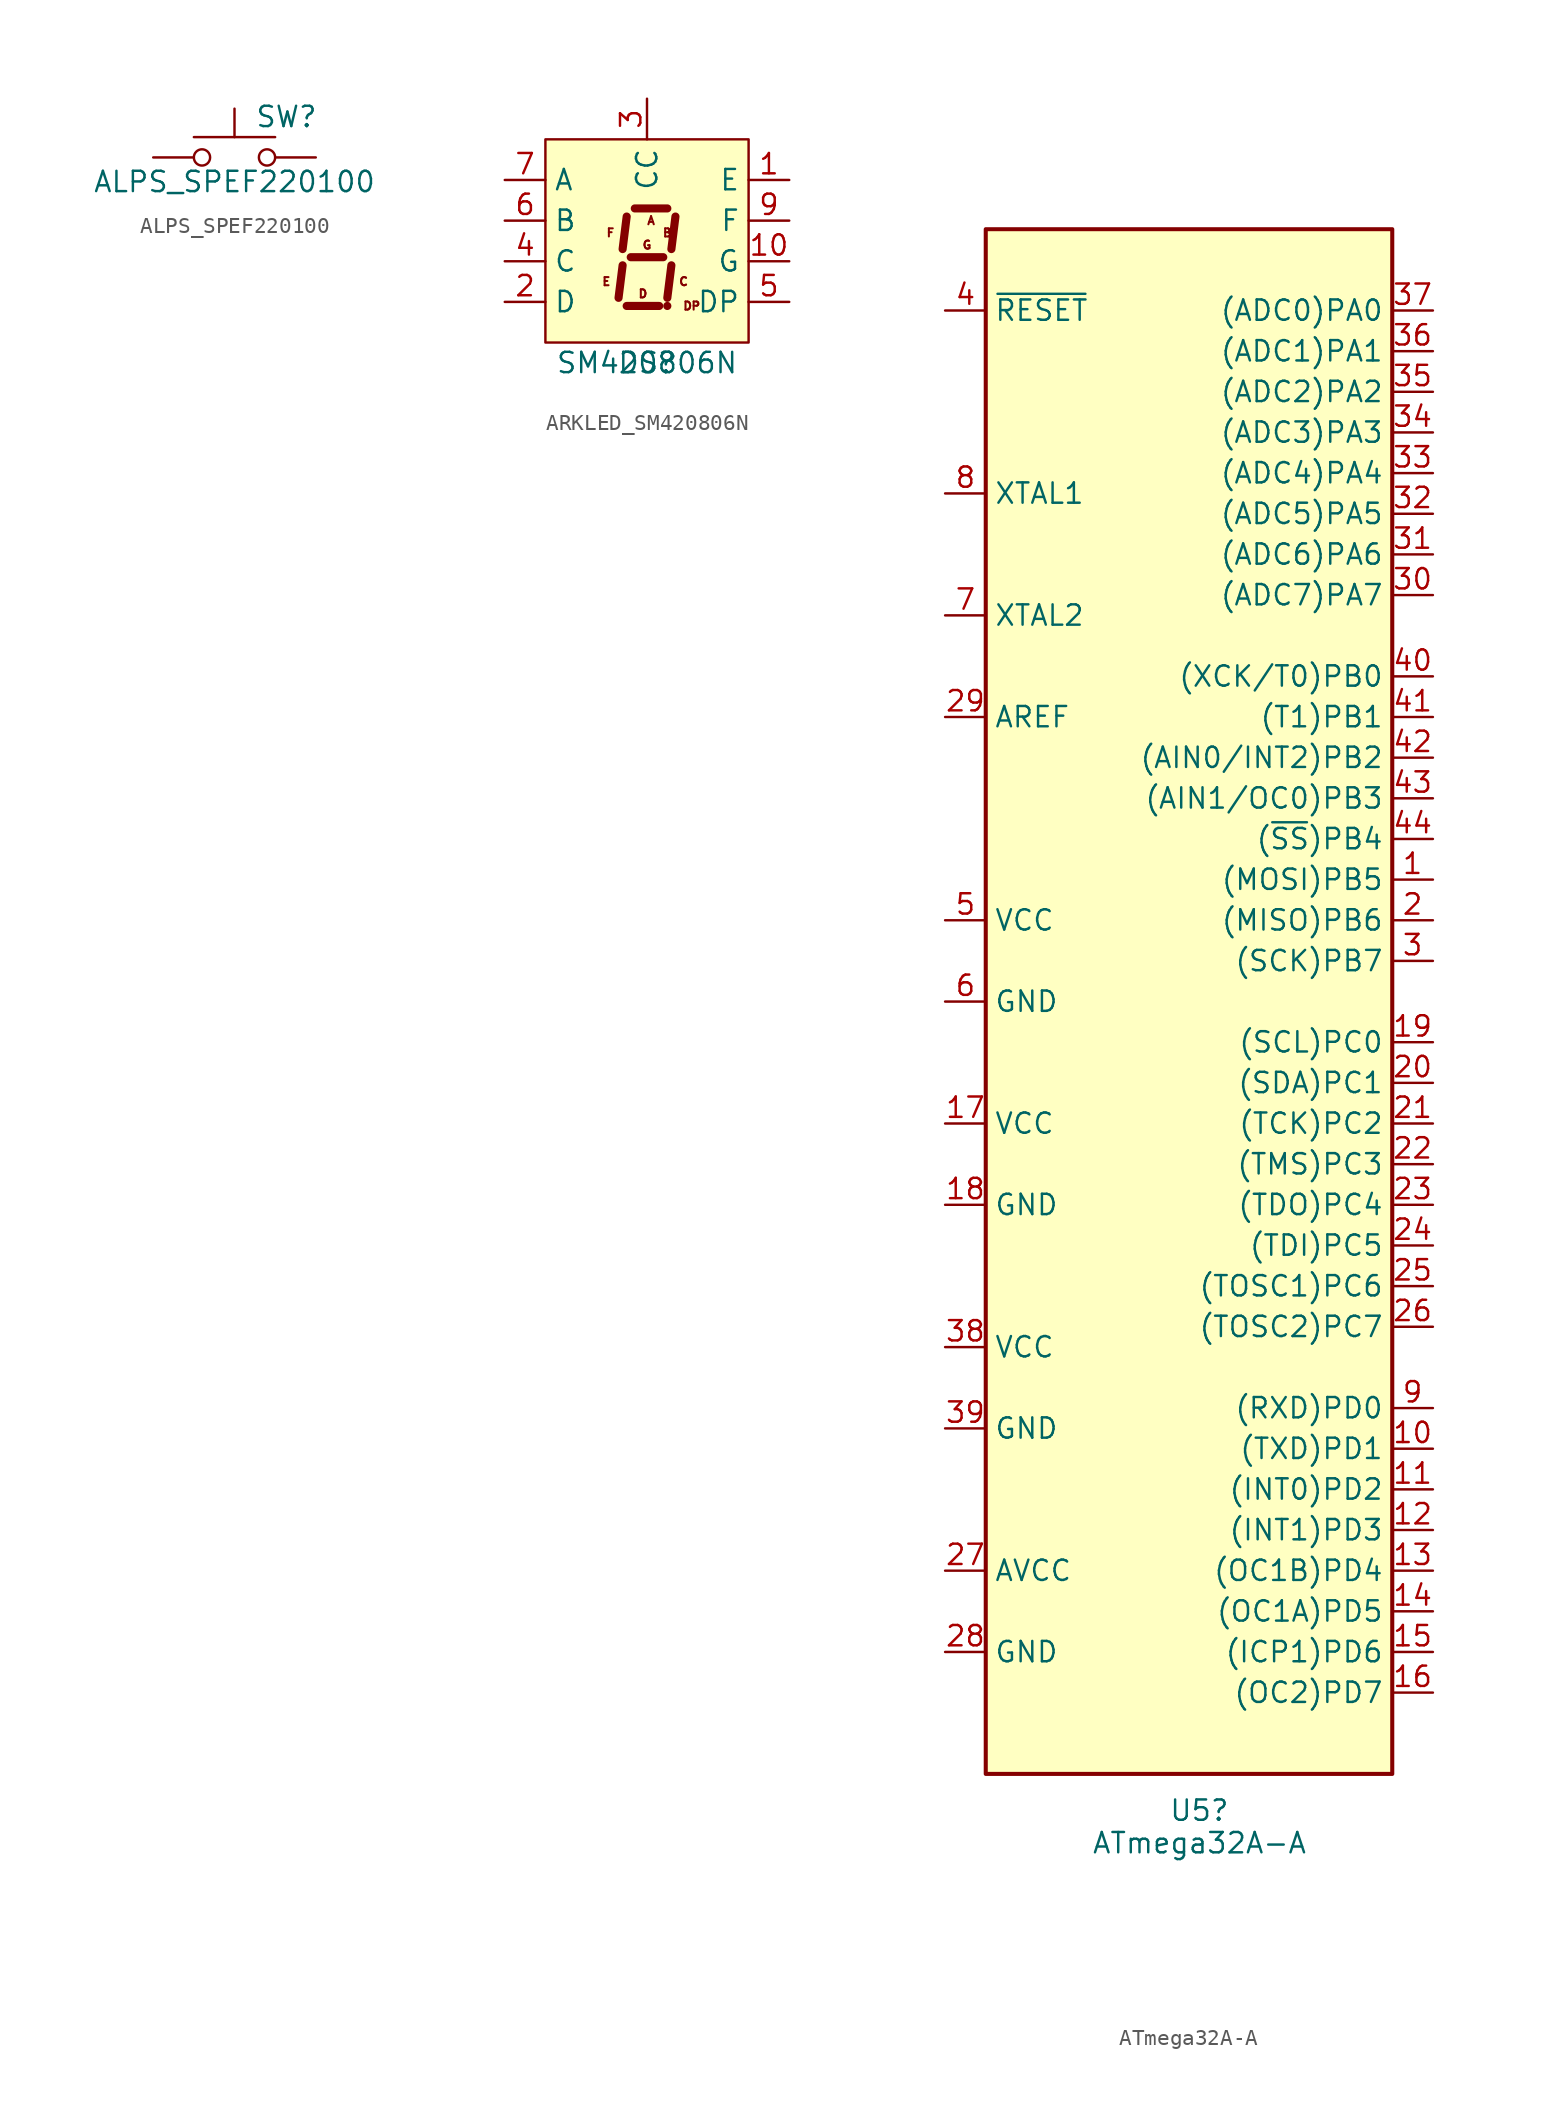
<source format=kicad_sym>
(kicad_symbol_lib
  (version 20241209)
  (generator "kicad_symbol_editor")
  (generator_version "9.0")
  (symbol "ALPS_SPEF220100"
    (pin_numbers
      (hide yes))
    (pin_names
      (offset 1.016)
      (hide yes))
    (property "Reference" "SW"
      (at 1.27 2.54 0)
      (effects (font (size 1.27 1.27)) (justify left)))
    (property "Value" "ALPS_SPEF220100"
      (at 0 -1.524 0)
      (effects (font (size 1.27 1.27))))
    (symbol "ALPS_SPEF220100_0_1"
      (circle (center -2.032 0) (radius 0.508) (stroke (width 0) (type default)) (fill (type none)))
      (polyline (pts (xy 0 1.27) (xy 0 3.048)) (stroke (width 0) (type default)) (fill (type none)))
      (circle (center 2.032 0) (radius 0.508) (stroke (width 0) (type default)) (fill (type none)))
      (polyline (pts (xy 2.54 1.27) (xy -2.54 1.27)) (stroke (width 0) (type default)) (fill (type none))))
    (symbol "ALPS_SPEF220100_1_1"
      (pin passive line (at -5.08 0 0) (length 2.54) (name "C" (effects (font (size 1.27 1.27)))) (number "3" (effects (font (size 1.27 1.27)))))
      (pin passive line (at 5.08 0 180) (length 2.54) (name "2" (effects (font (size 1.27 1.27)))) (number "2" (effects (font (size 1.27 1.27)))))
      (pin no_connect line (at 7.62 5.08 270) (length 2.54) (hide yes) (name "1" (effects (font (size 1.27 1.27)))) (number "1" (effects (font (size 1.27 1.27)))))))
  (symbol "ARKLED_SM420806N"
    (property "Reference" "DS"
      (at 0 0 0)
      (effects (font (size 1.27 1.27))))
    (property "Value" "SM420806N"
      (at 0 0 0)
      (effects (font (size 1.27 1.27))))
    (symbol "ARKLED_SM420806N_1_0"
      (text "E" (at -2.54 5.08 0) (effects (font (size 0.508 0.508))))
      (text "F" (at -2.286 8.128 0) (effects (font (size 0.508 0.508))))
      (text "D" (at -0.254 4.318 0) (effects (font (size 0.508 0.508))))
      (text "G" (at 0 7.366 0) (effects (font (size 0.508 0.508))))
      (text "A" (at 0.254 8.89 0) (effects (font (size 0.508 0.508))))
      (text "B" (at 1.27 8.128 0) (effects (font (size 0.508 0.508))))
      (text "C" (at 2.286 5.08 0) (effects (font (size 0.508 0.508))))
      (text "DP" (at 2.794 3.556 0) (effects (font (size 0.508 0.508)))))
    (symbol "ARKLED_SM420806N_1_1"
      (rectangle (start -6.35 13.97) (end 6.35 1.27) (stroke (width 0) (type default)) (fill (type background)))
      (polyline (pts (xy -1.524 6.096) (xy -1.778 4.064)) (stroke (width 0.508) (type default)) (fill (type none)))
      (polyline (pts (xy -1.27 9.144) (xy -1.524 7.112)) (stroke (width 0.508) (type default)) (fill (type none)))
      (polyline (pts (xy -1.27 3.556) (xy 0.762 3.556)) (stroke (width 0.508) (type default)) (fill (type none)))
      (polyline (pts (xy -1.016 6.604) (xy 1.016 6.604)) (stroke (width 0.508) (type default)) (fill (type none)))
      (polyline (pts (xy -0.762 9.652) (xy 1.27 9.652)) (stroke (width 0.508) (type default)) (fill (type none)))
      (polyline (pts (xy 1.27 3.556) (xy 1.27 3.556)) (stroke (width 0.508) (type default)) (fill (type none)))
      (polyline (pts (xy 1.524 6.096) (xy 1.27 4.064)) (stroke (width 0.508) (type default)) (fill (type none)))
      (polyline (pts (xy 1.778 9.144) (xy 1.524 7.112)) (stroke (width 0.508) (type default)) (fill (type none)))
      (pin passive line (at -8.89 11.43 0) (length 2.54) (name "A" (effects (font (size 1.27 1.27)))) (number "7" (effects (font (size 1.27 1.27)))))
      (pin passive line (at -8.89 8.89 0) (length 2.54) (name "B" (effects (font (size 1.27 1.27)))) (number "6" (effects (font (size 1.27 1.27)))))
      (pin passive line (at -8.89 6.35 0) (length 2.54) (name "C" (effects (font (size 1.27 1.27)))) (number "4" (effects (font (size 1.27 1.27)))))
      (pin passive line (at -8.89 3.81 0) (length 2.54) (name "D" (effects (font (size 1.27 1.27)))) (number "2" (effects (font (size 1.27 1.27)))))
      (pin passive line (at 0 16.51 270) (length 2.54) (name "CC" (effects (font (size 1.27 1.27)))) (number "3" (effects (font (size 1.27 1.27)))))
      (pin passive line (at 0 16.51 270) (length 2.54) (hide yes) (name "CC" (effects (font (size 1.27 1.27)))) (number "8" (effects (font (size 1.27 1.27)))))
      (pin passive line (at 8.89 11.43 180) (length 2.54) (name "E" (effects (font (size 1.27 1.27)))) (number "1" (effects (font (size 1.27 1.27)))))
      (pin passive line (at 8.89 8.89 180) (length 2.54) (name "F" (effects (font (size 1.27 1.27)))) (number "9" (effects (font (size 1.27 1.27)))))
      (pin passive line (at 8.89 6.35 180) (length 2.54) (name "G" (effects (font (size 1.27 1.27)))) (number "10" (effects (font (size 1.27 1.27)))))
      (pin passive line (at 8.89 3.81 180) (length 2.54) (name "DP" (effects (font (size 1.27 1.27)))) (number "5" (effects (font (size 1.27 1.27)))))))
  (symbol "ATmega32A-A"
    (property "Reference" "U5"
      (at -1.27 -50.546 0)
      (effects (font (size 1.27 1.27)) (justify left)))
    (property "Value" "ATmega32A-A"
      (at -6.096 -52.578 0)
      (effects (font (size 1.27 1.27)) (justify left)))
    (symbol "ATmega32A-A_0_1"
      (rectangle (start -12.7 48.26) (end 12.7 -48.26) (stroke (width 0.254) (type default)) (fill (type background))))
    (symbol "ATmega32A-A_1_1"
      (pin input line (at -15.24 43.18 0) (length 2.54) (name "~{RESET}" (effects (font (size 1.27 1.27)))) (number "4" (effects (font (size 1.27 1.27)))))
      (pin input line (at -15.24 31.75 0) (length 2.54) (name "XTAL1" (effects (font (size 1.27 1.27)))) (number "8" (effects (font (size 1.27 1.27)))))
      (pin output line (at -15.24 24.13 0) (length 2.54) (name "XTAL2" (effects (font (size 1.27 1.27)))) (number "7" (effects (font (size 1.27 1.27)))))
      (pin passive line (at -15.24 17.78 0) (length 2.54) (name "AREF" (effects (font (size 1.27 1.27)))) (number "29" (effects (font (size 1.27 1.27)))))
      (pin power_in line (at -15.24 5.08 0) (length 2.54) (name "VCC" (effects (font (size 1.27 1.27)))) (number "5" (effects (font (size 1.27 1.27)))))
      (pin power_in line (at -15.24 0 0) (length 2.54) (name "GND" (effects (font (size 1.27 1.27)))) (number "6" (effects (font (size 1.27 1.27)))))
      (pin power_in line (at -15.24 -7.62 0) (length 2.54) (name "VCC" (effects (font (size 1.27 1.27)))) (number "17" (effects (font (size 1.27 1.27)))))
      (pin passive line (at -15.24 -12.7 0) (length 2.54) (name "GND" (effects (font (size 1.27 1.27)))) (number "18" (effects (font (size 1.27 1.27)))))
      (pin power_in line (at -15.24 -21.59 0) (length 2.54) (name "VCC" (effects (font (size 1.27 1.27)))) (number "38" (effects (font (size 1.27 1.27)))))
      (pin passive line (at -15.24 -26.67 0) (length 2.54) (name "GND" (effects (font (size 1.27 1.27)))) (number "39" (effects (font (size 1.27 1.27)))))
      (pin power_in line (at -15.24 -35.56 0) (length 2.54) (name "AVCC" (effects (font (size 1.27 1.27)))) (number "27" (effects (font (size 1.27 1.27)))))
      (pin passive line (at -15.24 -40.64 0) (length 2.54) (name "GND" (effects (font (size 1.27 1.27)))) (number "28" (effects (font (size 1.27 1.27)))))
      (pin bidirectional line (at 15.24 43.18 180) (length 2.54) (name "(ADC0)PA0" (effects (font (size 1.27 1.27)))) (number "37" (effects (font (size 1.27 1.27)))))
      (pin bidirectional line (at 15.24 40.64 180) (length 2.54) (name "(ADC1)PA1" (effects (font (size 1.27 1.27)))) (number "36" (effects (font (size 1.27 1.27)))))
      (pin bidirectional line (at 15.24 38.1 180) (length 2.54) (name "(ADC2)PA2" (effects (font (size 1.27 1.27)))) (number "35" (effects (font (size 1.27 1.27)))))
      (pin bidirectional line (at 15.24 35.56 180) (length 2.54) (name "(ADC3)PA3" (effects (font (size 1.27 1.27)))) (number "34" (effects (font (size 1.27 1.27)))))
      (pin bidirectional line (at 15.24 33.02 180) (length 2.54) (name "(ADC4)PA4" (effects (font (size 1.27 1.27)))) (number "33" (effects (font (size 1.27 1.27)))))
      (pin bidirectional line (at 15.24 30.48 180) (length 2.54) (name "(ADC5)PA5" (effects (font (size 1.27 1.27)))) (number "32" (effects (font (size 1.27 1.27)))))
      (pin bidirectional line (at 15.24 27.94 180) (length 2.54) (name "(ADC6)PA6" (effects (font (size 1.27 1.27)))) (number "31" (effects (font (size 1.27 1.27)))))
      (pin bidirectional line (at 15.24 25.4 180) (length 2.54) (name "(ADC7)PA7" (effects (font (size 1.27 1.27)))) (number "30" (effects (font (size 1.27 1.27)))))
      (pin bidirectional line (at 15.24 20.32 180) (length 2.54) (name "(XCK/T0)PB0" (effects (font (size 1.27 1.27)))) (number "40" (effects (font (size 1.27 1.27)))))
      (pin bidirectional line (at 15.24 17.78 180) (length 2.54) (name "(T1)PB1" (effects (font (size 1.27 1.27)))) (number "41" (effects (font (size 1.27 1.27)))))
      (pin bidirectional line (at 15.24 15.24 180) (length 2.54) (name "(AIN0/INT2)PB2" (effects (font (size 1.27 1.27)))) (number "42" (effects (font (size 1.27 1.27)))))
      (pin bidirectional line (at 15.24 12.7 180) (length 2.54) (name "(AIN1/OC0)PB3" (effects (font (size 1.27 1.27)))) (number "43" (effects (font (size 1.27 1.27)))))
      (pin bidirectional line (at 15.24 10.16 180) (length 2.54) (name "(~{SS})PB4" (effects (font (size 1.27 1.27)))) (number "44" (effects (font (size 1.27 1.27)))))
      (pin bidirectional line (at 15.24 7.62 180) (length 2.54) (name "(MOSI)PB5" (effects (font (size 1.27 1.27)))) (number "1" (effects (font (size 1.27 1.27)))))
      (pin bidirectional line (at 15.24 5.08 180) (length 2.54) (name "(MISO)PB6" (effects (font (size 1.27 1.27)))) (number "2" (effects (font (size 1.27 1.27)))))
      (pin bidirectional line (at 15.24 2.54 180) (length 2.54) (name "(SCK)PB7" (effects (font (size 1.27 1.27)))) (number "3" (effects (font (size 1.27 1.27)))))
      (pin bidirectional line (at 15.24 -2.54 180) (length 2.54) (name "(SCL)PC0" (effects (font (size 1.27 1.27)))) (number "19" (effects (font (size 1.27 1.27)))))
      (pin bidirectional line (at 15.24 -5.08 180) (length 2.54) (name "(SDA)PC1" (effects (font (size 1.27 1.27)))) (number "20" (effects (font (size 1.27 1.27)))))
      (pin bidirectional line (at 15.24 -7.62 180) (length 2.54) (name "(TCK)PC2" (effects (font (size 1.27 1.27)))) (number "21" (effects (font (size 1.27 1.27)))))
      (pin bidirectional line (at 15.24 -10.16 180) (length 2.54) (name "(TMS)PC3" (effects (font (size 1.27 1.27)))) (number "22" (effects (font (size 1.27 1.27)))))
      (pin bidirectional line (at 15.24 -12.7 180) (length 2.54) (name "(TDO)PC4" (effects (font (size 1.27 1.27)))) (number "23" (effects (font (size 1.27 1.27)))))
      (pin bidirectional line (at 15.24 -15.24 180) (length 2.54) (name "(TDI)PC5" (effects (font (size 1.27 1.27)))) (number "24" (effects (font (size 1.27 1.27)))))
      (pin bidirectional line (at 15.24 -17.78 180) (length 2.54) (name "(TOSC1)PC6" (effects (font (size 1.27 1.27)))) (number "25" (effects (font (size 1.27 1.27)))))
      (pin bidirectional line (at 15.24 -20.32 180) (length 2.54) (name "(TOSC2)PC7" (effects (font (size 1.27 1.27)))) (number "26" (effects (font (size 1.27 1.27)))))
      (pin bidirectional line (at 15.24 -25.4 180) (length 2.54) (name "(RXD)PD0" (effects (font (size 1.27 1.27)))) (number "9" (effects (font (size 1.27 1.27)))))
      (pin bidirectional line (at 15.24 -27.94 180) (length 2.54) (name "(TXD)PD1" (effects (font (size 1.27 1.27)))) (number "10" (effects (font (size 1.27 1.27)))))
      (pin bidirectional line (at 15.24 -30.48 180) (length 2.54) (name "(INT0)PD2" (effects (font (size 1.27 1.27)))) (number "11" (effects (font (size 1.27 1.27)))))
      (pin bidirectional line (at 15.24 -33.02 180) (length 2.54) (name "(INT1)PD3" (effects (font (size 1.27 1.27)))) (number "12" (effects (font (size 1.27 1.27)))))
      (pin bidirectional line (at 15.24 -35.56 180) (length 2.54) (name "(OC1B)PD4" (effects (font (size 1.27 1.27)))) (number "13" (effects (font (size 1.27 1.27)))))
      (pin bidirectional line (at 15.24 -38.1 180) (length 2.54) (name "(OC1A)PD5" (effects (font (size 1.27 1.27)))) (number "14" (effects (font (size 1.27 1.27)))))
      (pin bidirectional line (at 15.24 -40.64 180) (length 2.54) (name "(ICP1)PD6" (effects (font (size 1.27 1.27)))) (number "15" (effects (font (size 1.27 1.27)))))
      (pin bidirectional line (at 15.24 -43.18 180) (length 2.54) (name "(OC2)PD7" (effects (font (size 1.27 1.27)))) (number "16" (effects (font (size 1.27 1.27))))))))
</source>
